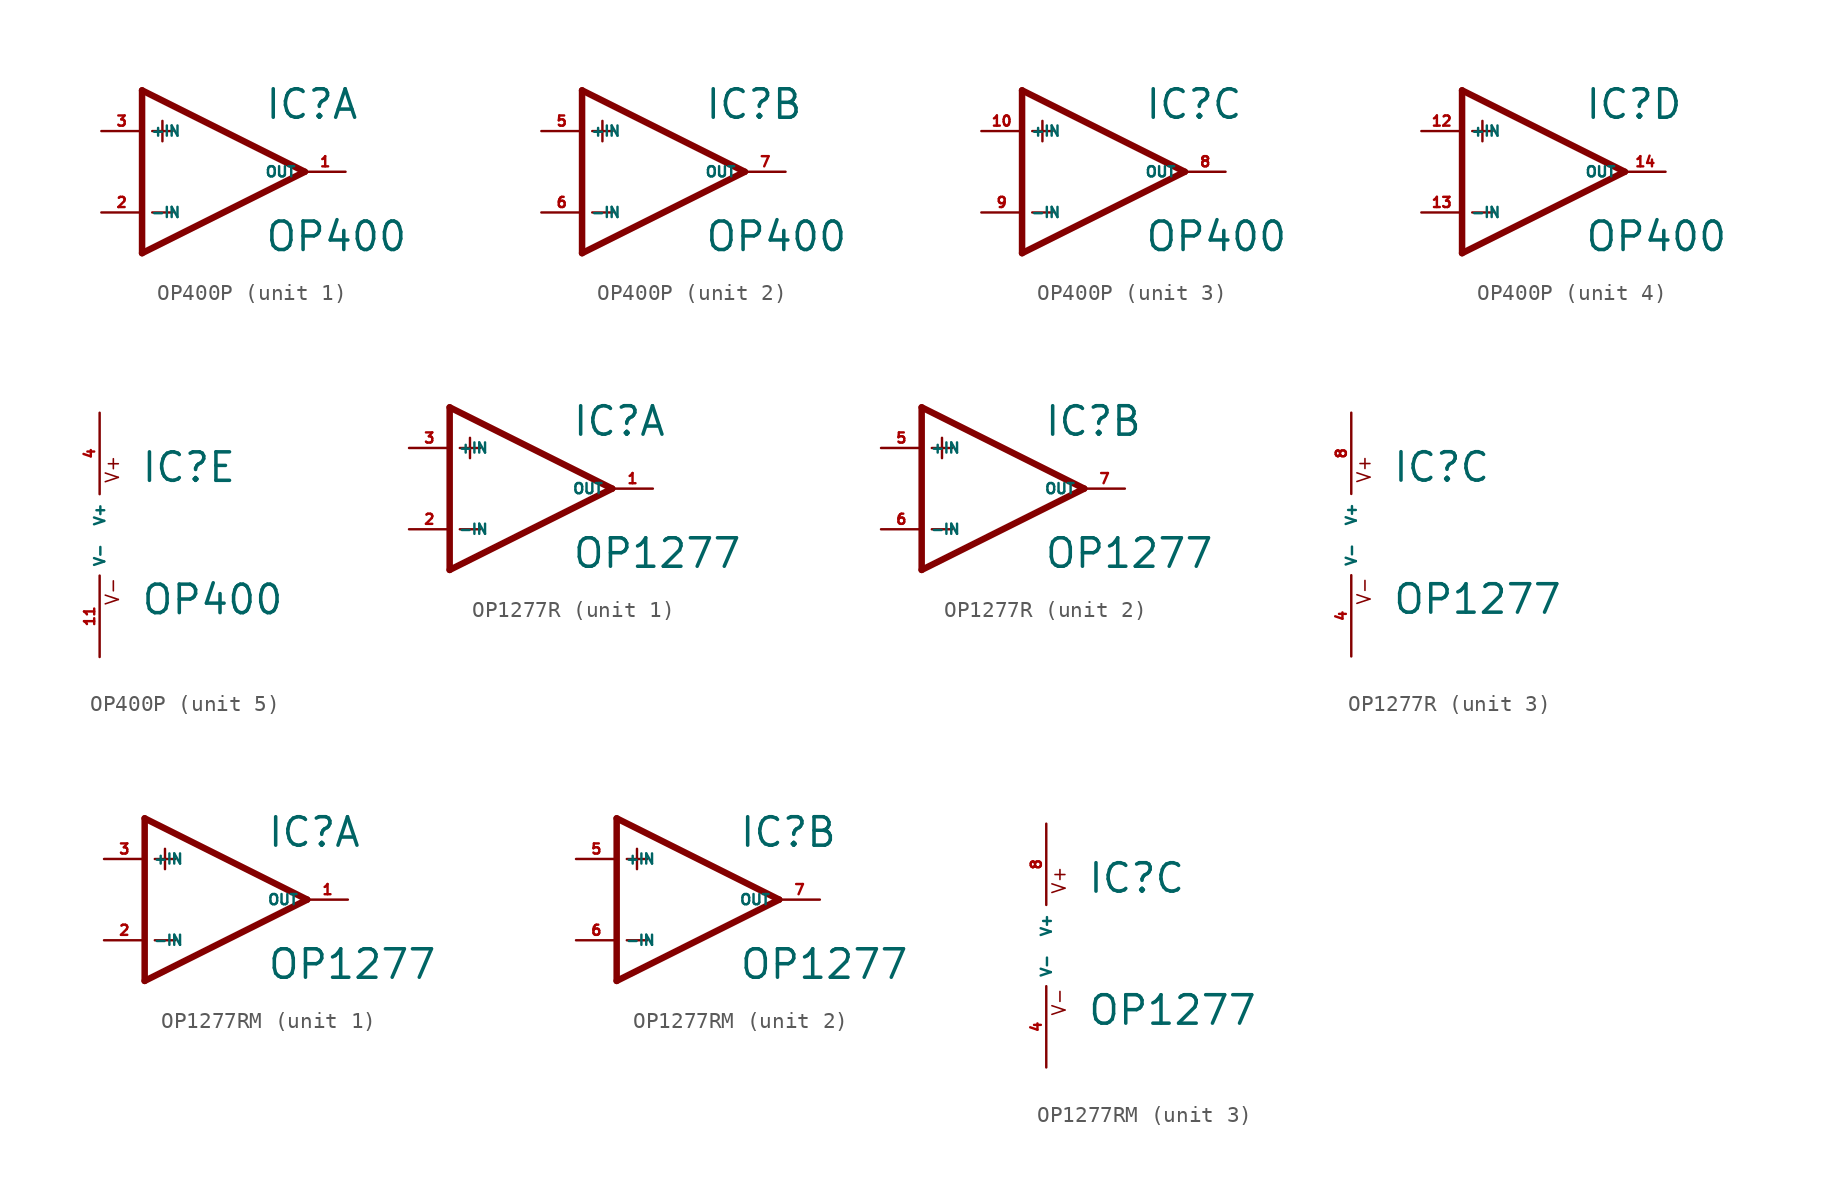
<source format=kicad_sym>
(kicad_symbol_lib
  (version 20220914)
  (generator Eagle2Kicad)
  (symbol "OP400P"
    (property "Reference" "IC"
      (at 2.54 3.175 0)
      (effects (font (size 1.778 1.778) (thickness 0.22)) (justify left bottom)))
    (property "Value" "OP400"
      (at 2.54 -5.08 0)
      (effects (font (size 1.778 1.778) (thickness 0.22)) (justify left bottom)))
    (symbol "OP400P_1_0"
      (polyline (pts (xy -5.08 5.08) (xy -5.08 -5.08)) (stroke (width 0.406) (type default)) (fill (type none)))
      (polyline (pts (xy -5.08 -5.08) (xy 5.08 0)) (stroke (width 0.406) (type default)) (fill (type none)))
      (polyline (pts (xy 5.08 0) (xy -5.08 5.08)) (stroke (width 0.406) (type default)) (fill (type none)))
      (polyline (pts (xy -3.81 3.175) (xy -3.81 1.905)) (stroke (width 0.152) (type default)) (fill (type none)))
      (polyline (pts (xy -4.445 2.54) (xy -3.175 2.54)) (stroke (width 0.152) (type default)) (fill (type none)))
      (polyline (pts (xy -4.445 -2.54) (xy -3.175 -2.54)) (stroke (width 0.152) (type default)) (fill (type none)))
      (pin input line (at -7.62 -2.54 0) (length 2.54) (name "-IN" (effects (font (size 0.635 0.635) (thickness 0.08)) (justify left bottom))) (number "2" (effects (font (size 0.635 0.635) (thickness 0.08)) (justify left bottom))))
      (pin input line (at -7.62 2.54 0) (length 2.54) (name "+IN" (effects (font (size 0.635 0.635) (thickness 0.08)) (justify left bottom))) (number "3" (effects (font (size 0.635 0.635) (thickness 0.08)) (justify left bottom))))
      (pin output line (at 7.62 0 180) (length 2.54) (name "OUT" (effects (font (size 0.635 0.635) (thickness 0.08)) (justify left bottom))) (number "1" (effects (font (size 0.635 0.635) (thickness 0.08)) (justify left bottom)))))
    (symbol "OP400P_2_0"
      (polyline (pts (xy -5.08 5.08) (xy -5.08 -5.08)) (stroke (width 0.406) (type default)) (fill (type none)))
      (polyline (pts (xy -5.08 -5.08) (xy 5.08 0)) (stroke (width 0.406) (type default)) (fill (type none)))
      (polyline (pts (xy 5.08 0) (xy -5.08 5.08)) (stroke (width 0.406) (type default)) (fill (type none)))
      (polyline (pts (xy -3.81 3.175) (xy -3.81 1.905)) (stroke (width 0.152) (type default)) (fill (type none)))
      (polyline (pts (xy -4.445 2.54) (xy -3.175 2.54)) (stroke (width 0.152) (type default)) (fill (type none)))
      (polyline (pts (xy -4.445 -2.54) (xy -3.175 -2.54)) (stroke (width 0.152) (type default)) (fill (type none)))
      (pin input line (at -7.62 -2.54 0) (length 2.54) (name "-IN" (effects (font (size 0.635 0.635) (thickness 0.08)) (justify left bottom))) (number "6" (effects (font (size 0.635 0.635) (thickness 0.08)) (justify left bottom))))
      (pin input line (at -7.62 2.54 0) (length 2.54) (name "+IN" (effects (font (size 0.635 0.635) (thickness 0.08)) (justify left bottom))) (number "5" (effects (font (size 0.635 0.635) (thickness 0.08)) (justify left bottom))))
      (pin output line (at 7.62 0 180) (length 2.54) (name "OUT" (effects (font (size 0.635 0.635) (thickness 0.08)) (justify left bottom))) (number "7" (effects (font (size 0.635 0.635) (thickness 0.08)) (justify left bottom)))))
    (symbol "OP400P_3_0"
      (polyline (pts (xy -5.08 5.08) (xy -5.08 -5.08)) (stroke (width 0.406) (type default)) (fill (type none)))
      (polyline (pts (xy -5.08 -5.08) (xy 5.08 0)) (stroke (width 0.406) (type default)) (fill (type none)))
      (polyline (pts (xy 5.08 0) (xy -5.08 5.08)) (stroke (width 0.406) (type default)) (fill (type none)))
      (polyline (pts (xy -3.81 3.175) (xy -3.81 1.905)) (stroke (width 0.152) (type default)) (fill (type none)))
      (polyline (pts (xy -4.445 2.54) (xy -3.175 2.54)) (stroke (width 0.152) (type default)) (fill (type none)))
      (polyline (pts (xy -4.445 -2.54) (xy -3.175 -2.54)) (stroke (width 0.152) (type default)) (fill (type none)))
      (pin input line (at -7.62 -2.54 0) (length 2.54) (name "-IN" (effects (font (size 0.635 0.635) (thickness 0.08)) (justify left bottom))) (number "9" (effects (font (size 0.635 0.635) (thickness 0.08)) (justify left bottom))))
      (pin input line (at -7.62 2.54 0) (length 2.54) (name "+IN" (effects (font (size 0.635 0.635) (thickness 0.08)) (justify left bottom))) (number "10" (effects (font (size 0.635 0.635) (thickness 0.08)) (justify left bottom))))
      (pin output line (at 7.62 0 180) (length 2.54) (name "OUT" (effects (font (size 0.635 0.635) (thickness 0.08)) (justify left bottom))) (number "8" (effects (font (size 0.635 0.635) (thickness 0.08)) (justify left bottom)))))
    (symbol "OP400P_4_0"
      (polyline (pts (xy -5.08 5.08) (xy -5.08 -5.08)) (stroke (width 0.406) (type default)) (fill (type none)))
      (polyline (pts (xy -5.08 -5.08) (xy 5.08 0)) (stroke (width 0.406) (type default)) (fill (type none)))
      (polyline (pts (xy 5.08 0) (xy -5.08 5.08)) (stroke (width 0.406) (type default)) (fill (type none)))
      (polyline (pts (xy -3.81 3.175) (xy -3.81 1.905)) (stroke (width 0.152) (type default)) (fill (type none)))
      (polyline (pts (xy -4.445 2.54) (xy -3.175 2.54)) (stroke (width 0.152) (type default)) (fill (type none)))
      (polyline (pts (xy -4.445 -2.54) (xy -3.175 -2.54)) (stroke (width 0.152) (type default)) (fill (type none)))
      (pin input line (at -7.62 -2.54 0) (length 2.54) (name "-IN" (effects (font (size 0.635 0.635) (thickness 0.08)) (justify left bottom))) (number "13" (effects (font (size 0.635 0.635) (thickness 0.08)) (justify left bottom))))
      (pin input line (at -7.62 2.54 0) (length 2.54) (name "+IN" (effects (font (size 0.635 0.635) (thickness 0.08)) (justify left bottom))) (number "12" (effects (font (size 0.635 0.635) (thickness 0.08)) (justify left bottom))))
      (pin output line (at 7.62 0 180) (length 2.54) (name "OUT" (effects (font (size 0.635 0.635) (thickness 0.08)) (justify left bottom))) (number "14" (effects (font (size 0.635 0.635) (thickness 0.08)) (justify left bottom)))))
    (symbol "OP400P_5_0"
      (text "V+" (at 1.27 3.175 900) (effects (font (size 0.813 0.813) (thickness 0.10)) (justify left bottom)))
      (text "V-" (at 1.27 -4.445 900) (effects (font (size 0.813 0.813) (thickness 0.10)) (justify left bottom)))
      (pin unspecified line (at 0 7.62 270) (length 5.08) (name "V+" (effects (font (size 0.635 0.635) (thickness 0.08)) (justify left bottom))) (number "4" (effects (font (size 0.635 0.635) (thickness 0.08)) (justify left bottom))))
      (pin unspecified line (at 0 -7.62 90) (length 5.08) (name "V-" (effects (font (size 0.635 0.635) (thickness 0.08)) (justify left bottom))) (number "11" (effects (font (size 0.635 0.635) (thickness 0.08)) (justify left bottom))))))
  (symbol "OP1277R"
    (property "Reference" "IC"
      (at 2.54 3.175 0)
      (effects (font (size 1.778 1.778) (thickness 0.22)) (justify left bottom)))
    (property "Value" "OP1277"
      (at 2.54 -5.08 0)
      (effects (font (size 1.778 1.778) (thickness 0.22)) (justify left bottom)))
    (symbol "OP1277R_1_0"
      (polyline (pts (xy -5.08 5.08) (xy -5.08 -5.08)) (stroke (width 0.406) (type default)) (fill (type none)))
      (polyline (pts (xy -5.08 -5.08) (xy 5.08 0)) (stroke (width 0.406) (type default)) (fill (type none)))
      (polyline (pts (xy 5.08 0) (xy -5.08 5.08)) (stroke (width 0.406) (type default)) (fill (type none)))
      (polyline (pts (xy -3.81 3.175) (xy -3.81 1.905)) (stroke (width 0.152) (type default)) (fill (type none)))
      (polyline (pts (xy -4.445 2.54) (xy -3.175 2.54)) (stroke (width 0.152) (type default)) (fill (type none)))
      (polyline (pts (xy -4.445 -2.54) (xy -3.175 -2.54)) (stroke (width 0.152) (type default)) (fill (type none)))
      (pin input line (at -7.62 -2.54 0) (length 2.54) (name "-IN" (effects (font (size 0.635 0.635) (thickness 0.08)) (justify left bottom))) (number "2" (effects (font (size 0.635 0.635) (thickness 0.08)) (justify left bottom))))
      (pin input line (at -7.62 2.54 0) (length 2.54) (name "+IN" (effects (font (size 0.635 0.635) (thickness 0.08)) (justify left bottom))) (number "3" (effects (font (size 0.635 0.635) (thickness 0.08)) (justify left bottom))))
      (pin output line (at 7.62 0 180) (length 2.54) (name "OUT" (effects (font (size 0.635 0.635) (thickness 0.08)) (justify left bottom))) (number "1" (effects (font (size 0.635 0.635) (thickness 0.08)) (justify left bottom)))))
    (symbol "OP1277R_2_0"
      (polyline (pts (xy -5.08 5.08) (xy -5.08 -5.08)) (stroke (width 0.406) (type default)) (fill (type none)))
      (polyline (pts (xy -5.08 -5.08) (xy 5.08 0)) (stroke (width 0.406) (type default)) (fill (type none)))
      (polyline (pts (xy 5.08 0) (xy -5.08 5.08)) (stroke (width 0.406) (type default)) (fill (type none)))
      (polyline (pts (xy -3.81 3.175) (xy -3.81 1.905)) (stroke (width 0.152) (type default)) (fill (type none)))
      (polyline (pts (xy -4.445 2.54) (xy -3.175 2.54)) (stroke (width 0.152) (type default)) (fill (type none)))
      (polyline (pts (xy -4.445 -2.54) (xy -3.175 -2.54)) (stroke (width 0.152) (type default)) (fill (type none)))
      (pin input line (at -7.62 -2.54 0) (length 2.54) (name "-IN" (effects (font (size 0.635 0.635) (thickness 0.08)) (justify left bottom))) (number "6" (effects (font (size 0.635 0.635) (thickness 0.08)) (justify left bottom))))
      (pin input line (at -7.62 2.54 0) (length 2.54) (name "+IN" (effects (font (size 0.635 0.635) (thickness 0.08)) (justify left bottom))) (number "5" (effects (font (size 0.635 0.635) (thickness 0.08)) (justify left bottom))))
      (pin output line (at 7.62 0 180) (length 2.54) (name "OUT" (effects (font (size 0.635 0.635) (thickness 0.08)) (justify left bottom))) (number "7" (effects (font (size 0.635 0.635) (thickness 0.08)) (justify left bottom)))))
    (symbol "OP1277R_3_0"
      (text "V+" (at 1.27 3.175 900) (effects (font (size 0.813 0.813) (thickness 0.10)) (justify left bottom)))
      (text "V-" (at 1.27 -4.445 900) (effects (font (size 0.813 0.813) (thickness 0.10)) (justify left bottom)))
      (pin unspecified line (at 0 7.62 270) (length 5.08) (name "V+" (effects (font (size 0.635 0.635) (thickness 0.08)) (justify left bottom))) (number "8" (effects (font (size 0.635 0.635) (thickness 0.08)) (justify left bottom))))
      (pin unspecified line (at 0 -7.62 90) (length 5.08) (name "V-" (effects (font (size 0.635 0.635) (thickness 0.08)) (justify left bottom))) (number "4" (effects (font (size 0.635 0.635) (thickness 0.08)) (justify left bottom))))))
  (symbol "OP1277RM"
    (property "Reference" "IC"
      (at 2.54 3.175 0)
      (effects (font (size 1.778 1.778) (thickness 0.22)) (justify left bottom)))
    (property "Value" "OP1277"
      (at 2.54 -5.08 0)
      (effects (font (size 1.778 1.778) (thickness 0.22)) (justify left bottom)))
    (symbol "OP1277RM_1_0"
      (polyline (pts (xy -5.08 5.08) (xy -5.08 -5.08)) (stroke (width 0.406) (type default)) (fill (type none)))
      (polyline (pts (xy -5.08 -5.08) (xy 5.08 0)) (stroke (width 0.406) (type default)) (fill (type none)))
      (polyline (pts (xy 5.08 0) (xy -5.08 5.08)) (stroke (width 0.406) (type default)) (fill (type none)))
      (polyline (pts (xy -3.81 3.175) (xy -3.81 1.905)) (stroke (width 0.152) (type default)) (fill (type none)))
      (polyline (pts (xy -4.445 2.54) (xy -3.175 2.54)) (stroke (width 0.152) (type default)) (fill (type none)))
      (polyline (pts (xy -4.445 -2.54) (xy -3.175 -2.54)) (stroke (width 0.152) (type default)) (fill (type none)))
      (pin input line (at -7.62 -2.54 0) (length 2.54) (name "-IN" (effects (font (size 0.635 0.635) (thickness 0.08)) (justify left bottom))) (number "2" (effects (font (size 0.635 0.635) (thickness 0.08)) (justify left bottom))))
      (pin input line (at -7.62 2.54 0) (length 2.54) (name "+IN" (effects (font (size 0.635 0.635) (thickness 0.08)) (justify left bottom))) (number "3" (effects (font (size 0.635 0.635) (thickness 0.08)) (justify left bottom))))
      (pin output line (at 7.62 0 180) (length 2.54) (name "OUT" (effects (font (size 0.635 0.635) (thickness 0.08)) (justify left bottom))) (number "1" (effects (font (size 0.635 0.635) (thickness 0.08)) (justify left bottom)))))
    (symbol "OP1277RM_2_0"
      (polyline (pts (xy -5.08 5.08) (xy -5.08 -5.08)) (stroke (width 0.406) (type default)) (fill (type none)))
      (polyline (pts (xy -5.08 -5.08) (xy 5.08 0)) (stroke (width 0.406) (type default)) (fill (type none)))
      (polyline (pts (xy 5.08 0) (xy -5.08 5.08)) (stroke (width 0.406) (type default)) (fill (type none)))
      (polyline (pts (xy -3.81 3.175) (xy -3.81 1.905)) (stroke (width 0.152) (type default)) (fill (type none)))
      (polyline (pts (xy -4.445 2.54) (xy -3.175 2.54)) (stroke (width 0.152) (type default)) (fill (type none)))
      (polyline (pts (xy -4.445 -2.54) (xy -3.175 -2.54)) (stroke (width 0.152) (type default)) (fill (type none)))
      (pin input line (at -7.62 -2.54 0) (length 2.54) (name "-IN" (effects (font (size 0.635 0.635) (thickness 0.08)) (justify left bottom))) (number "6" (effects (font (size 0.635 0.635) (thickness 0.08)) (justify left bottom))))
      (pin input line (at -7.62 2.54 0) (length 2.54) (name "+IN" (effects (font (size 0.635 0.635) (thickness 0.08)) (justify left bottom))) (number "5" (effects (font (size 0.635 0.635) (thickness 0.08)) (justify left bottom))))
      (pin output line (at 7.62 0 180) (length 2.54) (name "OUT" (effects (font (size 0.635 0.635) (thickness 0.08)) (justify left bottom))) (number "7" (effects (font (size 0.635 0.635) (thickness 0.08)) (justify left bottom)))))
    (symbol "OP1277RM_3_0"
      (text "V+" (at 1.27 3.175 900) (effects (font (size 0.813 0.813) (thickness 0.10)) (justify left bottom)))
      (text "V-" (at 1.27 -4.445 900) (effects (font (size 0.813 0.813) (thickness 0.10)) (justify left bottom)))
      (pin unspecified line (at 0 7.62 270) (length 5.08) (name "V+" (effects (font (size 0.635 0.635) (thickness 0.08)) (justify left bottom))) (number "8" (effects (font (size 0.635 0.635) (thickness 0.08)) (justify left bottom))))
      (pin unspecified line (at 0 -7.62 90) (length 5.08) (name "V-" (effects (font (size 0.635 0.635) (thickness 0.08)) (justify left bottom))) (number "4" (effects (font (size 0.635 0.635) (thickness 0.08)) (justify left bottom)))))))
</source>
